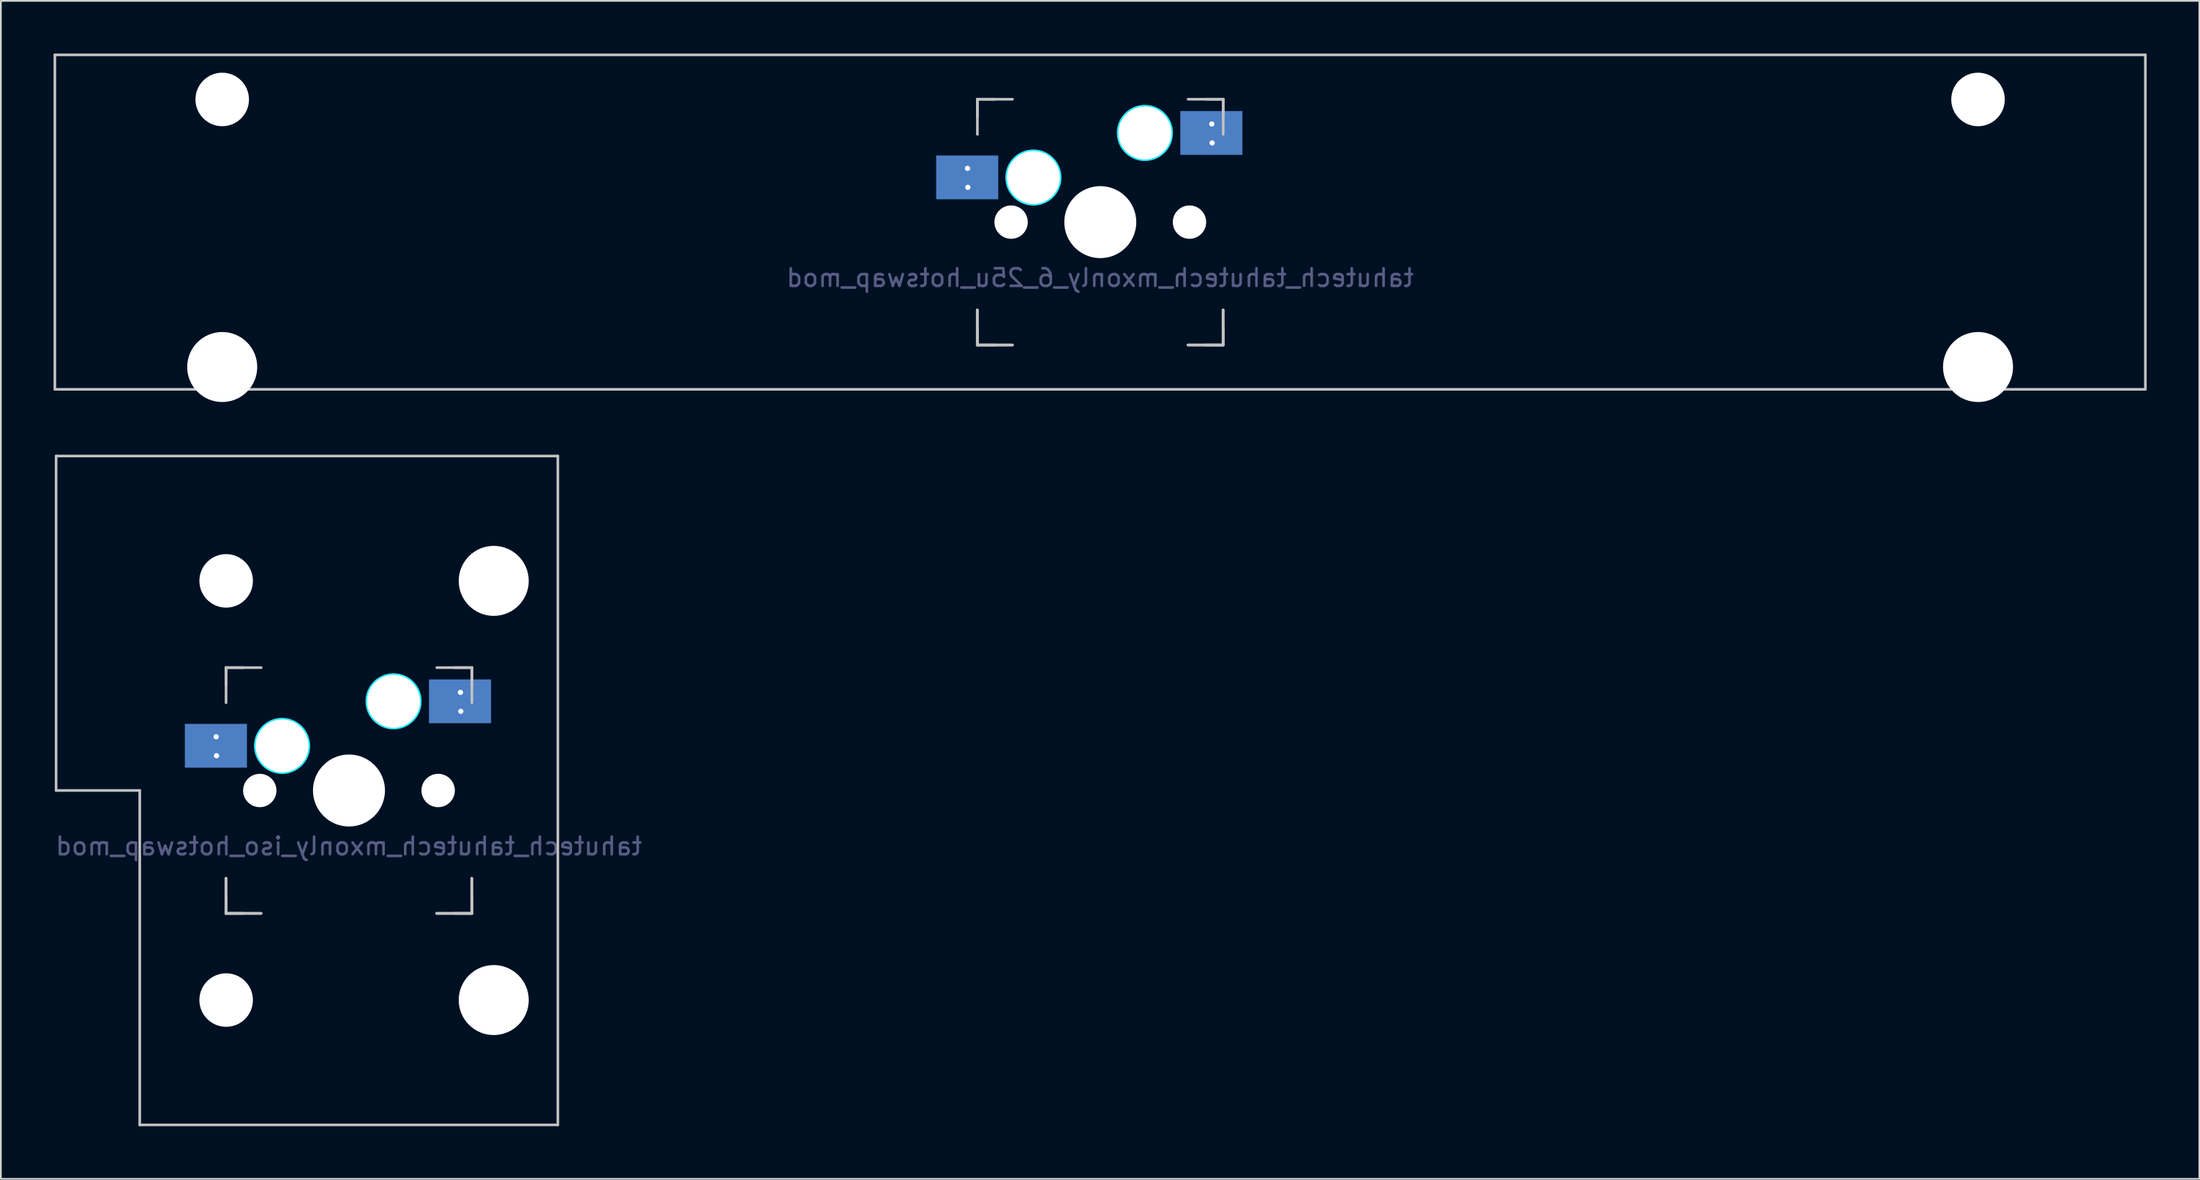
<source format=kicad_pcb>
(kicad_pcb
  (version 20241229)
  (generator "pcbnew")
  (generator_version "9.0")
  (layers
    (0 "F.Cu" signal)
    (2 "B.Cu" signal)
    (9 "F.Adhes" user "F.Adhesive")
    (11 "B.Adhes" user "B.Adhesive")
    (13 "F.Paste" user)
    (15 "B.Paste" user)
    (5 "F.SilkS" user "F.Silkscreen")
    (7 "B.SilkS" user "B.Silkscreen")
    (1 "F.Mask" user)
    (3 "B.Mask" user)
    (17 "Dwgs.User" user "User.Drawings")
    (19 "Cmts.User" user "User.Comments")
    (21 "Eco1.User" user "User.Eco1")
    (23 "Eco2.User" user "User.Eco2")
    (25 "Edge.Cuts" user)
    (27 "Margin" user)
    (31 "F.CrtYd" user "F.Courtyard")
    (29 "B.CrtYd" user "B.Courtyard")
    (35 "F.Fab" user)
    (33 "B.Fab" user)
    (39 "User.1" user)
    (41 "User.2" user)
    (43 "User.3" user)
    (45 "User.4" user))
  (footprint "tahutech_tahutech_mxonly_6_25u_hotswap_mod"
    (layer "F.Cu")
    (at 59.606 9.6)
    (property "Reference" "tahutech_tahutech_mxonly_6_25u_hotswap_mod" (at 0 3.175 0) (layer "B.Fab") (effects (font (size 1 1) (thickness 0.15)) (justify mirror)))
    (attr smd)
    (fp_line (start -59.531 -9.525) (end 59.531 -9.525) (stroke (width 0.15) (type solid)) (layer "Dwgs.User"))
    (fp_line (start -59.531 9.525) (end -59.531 -9.525) (stroke (width 0.15) (type solid)) (layer "Dwgs.User"))
    (fp_line (start -7 5) (end -7 7) (stroke (width 0.15) (type solid)) (layer "Dwgs.User"))
    (fp_line (start -7 7) (end -5 7) (stroke (width 0.15) (type solid)) (layer "Dwgs.User"))
    (fp_line (start -6.99 -6.998) (end -6.99 -4.998) (stroke (width 0.15) (type solid)) (layer "Dwgs.User"))
    (fp_line (start -6.99 -6.998) (end -5.99 -6.998) (stroke (width 0.15) (type solid)) (layer "Dwgs.User"))
    (fp_line (start -6.99 -5.998) (end -6.99 -6.998) (stroke (width 0.15) (type solid)) (layer "Dwgs.User"))
    (fp_line (start -6.99 5.002) (end -6.99 7.002) (stroke (width 0.15) (type solid)) (layer "Dwgs.User"))
    (fp_line (start -6.99 6.002) (end -6.99 7.002) (stroke (width 0.15) (type solid)) (layer "Dwgs.User"))
    (fp_line (start -6.99 7.002) (end -5.99 7.002) (stroke (width 0.15) (type solid)) (layer "Dwgs.User"))
    (fp_line (start -6.99 7.002) (end -4.99 7.002) (stroke (width 0.15) (type solid)) (layer "Dwgs.User"))
    (fp_line (start -4.99 -6.998) (end -6.99 -6.998) (stroke (width 0.15) (type solid)) (layer "Dwgs.User"))
    (fp_line (start 5 7) (end 7 7) (stroke (width 0.15) (type solid)) (layer "Dwgs.User"))
    (fp_line (start 5.01 -6.998) (end 7.01 -6.998) (stroke (width 0.15) (type solid)) (layer "Dwgs.User"))
    (fp_line (start 5.01 7.002) (end 7.01 7.002) (stroke (width 0.15) (type solid)) (layer "Dwgs.User"))
    (fp_line (start 6.01 7.002) (end 7.01 7.002) (stroke (width 0.15) (type solid)) (layer "Dwgs.User"))
    (fp_line (start 7 7) (end 7 5) (stroke (width 0.15) (type solid)) (layer "Dwgs.User"))
    (fp_line (start 7.01 -6.998) (end 6.01 -6.998) (stroke (width 0.15) (type solid)) (layer "Dwgs.User"))
    (fp_line (start 7.01 -6.998) (end 7.01 -5.998) (stroke (width 0.15) (type solid)) (layer "Dwgs.User"))
    (fp_line (start 7.01 -6.998) (end 7.01 -4.998) (stroke (width 0.15) (type solid)) (layer "Dwgs.User"))
    (fp_line (start 7.01 7.002) (end 7.01 5.002) (stroke (width 0.15) (type solid)) (layer "Dwgs.User"))
    (fp_line (start 7.01 7.002) (end 7.01 6.002) (stroke (width 0.15) (type solid)) (layer "Dwgs.User"))
    (fp_line (start 59.531 -9.525) (end 59.531 9.525) (stroke (width 0.15) (type solid)) (layer "Dwgs.User"))
    (fp_line (start 59.531 9.525) (end -59.531 9.525) (stroke (width 0.15) (type solid)) (layer "Dwgs.User"))
    (fp_circle (center -3.8 -2.538) (end -3.8 -4.062) (stroke (width 0.15) (type solid)) (fill no) (layer "B.CrtYd"))
    (fp_circle (center 2.55 -5.078) (end 2.55 -6.602) (stroke (width 0.15) (type solid)) (fill no) (layer "B.CrtYd"))
    (pad "" np_thru_hole circle (at -50 -6.985) (size 3.048 3.048) (drill 3.048) (layers "*.Cu" "*.Mask"))
    (pad "" np_thru_hole circle (at -50 8.255) (size 3.988 3.988) (drill 3.988) (layers "*.Cu" "*.Mask"))
    (pad "" np_thru_hole circle (at -5.07 0.002 48.1) (size 1.75 1.75) (drill 1.75) (layers "*.Cu" "*.Mask"))
    (pad "" np_thru_hole circle (at -5.07 0.002) (size 1.9 1.9) (drill 1.9) (layers "*.Cu" "*.Mask"))
    (pad "" np_thru_hole circle (at -3.8 -2.538) (size 3 3) (drill 3) (layers "*.Cu" "*.Mask"))
    (pad "" np_thru_hole circle (at -3.8 -2.538) (size 3 3) (drill 3) (layers "*.Cu" "*.Mask"))
    (pad "" np_thru_hole circle (at 0 0) (size 3.988 3.988) (drill 3.988) (layers "*.Cu" "*.Mask"))
    (pad "" np_thru_hole circle (at 0.01 0.002) (size 3.988 3.988) (drill 3.988) (layers "*.Cu" "*.Mask"))
    (pad "" np_thru_hole circle (at 0.01 0.002 90) (size 4.1 4.1) (drill 4.1) (layers "*.Cu" "*.Mask"))
    (pad "" np_thru_hole circle (at 2.55 -5.078) (size 3 3) (drill 3) (layers "*.Cu" "*.Mask"))
    (pad "" np_thru_hole circle (at 2.55 -5.078) (size 3 3) (drill 3) (layers "*.Cu" "*.Mask"))
    (pad "" np_thru_hole circle (at 5.09 0.002 48.1) (size 1.75 1.75) (drill 1.75) (layers "*.Cu" "*.Mask"))
    (pad "" np_thru_hole circle (at 5.09 0.002) (size 1.9 1.9) (drill 1.9) (layers "*.Cu" "*.Mask"))
    (pad "" np_thru_hole circle (at 50 -6.985) (size 3.048 3.048) (drill 3.048) (layers "*.Cu" "*.Mask"))
    (pad "" np_thru_hole circle (at 50 8.255) (size 3.988 3.988) (drill 3.988) (layers "*.Cu" "*.Mask"))
    (pad "1" smd rect (at -7.569 -2.546 180) (size 3.536 2.495) (layers "B.Cu" "B.Mask" "B.Paste"))
    (pad "1" thru_hole circle (at -7.553 -3.059) (size 0.6 0.6) (drill 0.3) (layers "*.Cu" "*.Mask"))
    (pad "1" thru_hole circle (at -7.533 -1.979) (size 0.6 0.6) (drill 0.3) (layers "*.Cu" "*.Mask"))
    (pad "2" smd rect (at 6.335 -5.078 180) (size 3.536 2.495) (layers "B.Cu" "B.Mask" "B.Paste"))
    (pad "2" thru_hole circle (at 6.36 -5.588) (size 0.6 0.6) (drill 0.3) (layers "*.Cu" "*.Mask"))
    (pad "2" thru_hole circle (at 6.38 -4.508) (size 0.6 0.6) (drill 0.3) (layers "*.Cu" "*.Mask")))
  (footprint "tahutech_tahutech_mxonly_iso_hotswap_mod"
    (layer "F.Cu")
    (at 16.815 41.974)
    (property "Reference" "tahutech_tahutech_mxonly_iso_hotswap_mod" (at 0 3.175 0) (layer "B.Fab") (effects (font (size 1 1) (thickness 0.15)) (justify mirror)))
    (attr through_hole)
    (fp_line (start -16.669 -19.05) (end -16.669 0) (stroke (width 0.15) (type solid)) (layer "Dwgs.User"))
    (fp_line (start -16.669 -19.05) (end 11.906 -19.05) (stroke (width 0.15) (type solid)) (layer "Dwgs.User"))
    (fp_line (start -11.906 0) (end -16.669 0) (stroke (width 0.15) (type solid)) (layer "Dwgs.User"))
    (fp_line (start -11.906 19.05) (end -11.906 0) (stroke (width 0.15) (type solid)) (layer "Dwgs.User"))
    (fp_line (start -11.906 19.05) (end 11.906 19.05) (stroke (width 0.15) (type solid)) (layer "Dwgs.User"))
    (fp_line (start -7 5) (end -7 7) (stroke (width 0.15) (type solid)) (layer "Dwgs.User"))
    (fp_line (start -7 7) (end -5 7) (stroke (width 0.15) (type solid)) (layer "Dwgs.User"))
    (fp_line (start -6.99 -6.998) (end -6.99 -4.998) (stroke (width 0.15) (type solid)) (layer "Dwgs.User"))
    (fp_line (start -6.99 -6.998) (end -5.99 -6.998) (stroke (width 0.15) (type solid)) (layer "Dwgs.User"))
    (fp_line (start -6.99 -5.998) (end -6.99 -6.998) (stroke (width 0.15) (type solid)) (layer "Dwgs.User"))
    (fp_line (start -6.99 5.002) (end -6.99 7.002) (stroke (width 0.15) (type solid)) (layer "Dwgs.User"))
    (fp_line (start -6.99 6.002) (end -6.99 7.002) (stroke (width 0.15) (type solid)) (layer "Dwgs.User"))
    (fp_line (start -6.99 7.002) (end -5.99 7.002) (stroke (width 0.15) (type solid)) (layer "Dwgs.User"))
    (fp_line (start -6.99 7.002) (end -4.99 7.002) (stroke (width 0.15) (type solid)) (layer "Dwgs.User"))
    (fp_line (start -4.99 -6.998) (end -6.99 -6.998) (stroke (width 0.15) (type solid)) (layer "Dwgs.User"))
    (fp_line (start 5 7) (end 7 7) (stroke (width 0.15) (type solid)) (layer "Dwgs.User"))
    (fp_line (start 5.01 -6.998) (end 7.01 -6.998) (stroke (width 0.15) (type solid)) (layer "Dwgs.User"))
    (fp_line (start 5.01 7.002) (end 7.01 7.002) (stroke (width 0.15) (type solid)) (layer "Dwgs.User"))
    (fp_line (start 6.01 7.002) (end 7.01 7.002) (stroke (width 0.15) (type solid)) (layer "Dwgs.User"))
    (fp_line (start 7 7) (end 7 5) (stroke (width 0.15) (type solid)) (layer "Dwgs.User"))
    (fp_line (start 7.01 -6.998) (end 6.01 -6.998) (stroke (width 0.15) (type solid)) (layer "Dwgs.User"))
    (fp_line (start 7.01 -6.998) (end 7.01 -5.998) (stroke (width 0.15) (type solid)) (layer "Dwgs.User"))
    (fp_line (start 7.01 -6.998) (end 7.01 -4.998) (stroke (width 0.15) (type solid)) (layer "Dwgs.User"))
    (fp_line (start 7.01 7.002) (end 7.01 5.002) (stroke (width 0.15) (type solid)) (layer "Dwgs.User"))
    (fp_line (start 7.01 7.002) (end 7.01 6.002) (stroke (width 0.15) (type solid)) (layer "Dwgs.User"))
    (fp_line (start 11.906 -19.05) (end 11.906 19.05) (stroke (width 0.15) (type solid)) (layer "Dwgs.User"))
    (fp_circle (center -3.8 -2.538) (end -3.8 -4.062) (stroke (width 0.15) (type solid)) (fill no) (layer "B.CrtYd"))
    (fp_circle (center 2.55 -5.078) (end 2.55 -6.602) (stroke (width 0.15) (type solid)) (fill no) (layer "B.CrtYd"))
    (pad "" np_thru_hole circle (at -6.985 -11.938) (size 3.048 3.048) (drill 3.048) (layers "*.Cu" "*.Mask"))
    (pad "" np_thru_hole circle (at -6.985 11.938) (size 3.048 3.048) (drill 3.048) (layers "*.Cu" "*.Mask"))
    (pad "" np_thru_hole circle (at -5.07 0.002 48.1) (size 1.75 1.75) (drill 1.75) (layers "*.Cu" "*.Mask"))
    (pad "" np_thru_hole circle (at -5.07 0.002) (size 1.9 1.9) (drill 1.9) (layers "*.Cu" "*.Mask"))
    (pad "" np_thru_hole circle (at -3.8 -2.538) (size 3 3) (drill 3) (layers "*.Cu" "*.Mask"))
    (pad "" np_thru_hole circle (at -3.8 -2.538) (size 3 3) (drill 3) (layers "*.Cu" "*.Mask"))
    (pad "" np_thru_hole circle (at 0.01 0.002) (size 3.988 3.988) (drill 3.988) (layers "*.Cu" "*.Mask"))
    (pad "" np_thru_hole circle (at 0.01 0.002 90) (size 4.1 4.1) (drill 4.1) (layers "*.Cu" "*.Mask"))
    (pad "" np_thru_hole circle (at 2.55 -5.078) (size 3 3) (drill 3) (layers "*.Cu" "*.Mask"))
    (pad "" np_thru_hole circle (at 2.55 -5.078) (size 3 3) (drill 3) (layers "*.Cu" "*.Mask"))
    (pad "" np_thru_hole circle (at 5.09 0.002 48.1) (size 1.75 1.75) (drill 1.75) (layers "*.Cu" "*.Mask"))
    (pad "" np_thru_hole circle (at 5.09 0.002) (size 1.9 1.9) (drill 1.9) (layers "*.Cu" "*.Mask"))
    (pad "" np_thru_hole circle (at 8.255 -11.938) (size 3.988 3.988) (drill 3.988) (layers "*.Cu" "*.Mask"))
    (pad "" np_thru_hole circle (at 8.255 11.938) (size 3.988 3.988) (drill 3.988) (layers "*.Cu" "*.Mask"))
    (pad "1" smd rect (at -7.569 -2.546 180) (size 3.536 2.495) (layers "B.Cu" "B.Mask" "B.Paste"))
    (pad "1" thru_hole circle (at -7.553 -3.059) (size 0.6 0.6) (drill 0.3) (layers "*.Cu" "*.Mask"))
    (pad "1" thru_hole circle (at -7.533 -1.979) (size 0.6 0.6) (drill 0.3) (layers "*.Cu" "*.Mask"))
    (pad "2" smd rect (at 6.335 -5.078 180) (size 3.536 2.495) (layers "B.Cu" "B.Mask" "B.Paste"))
    (pad "2" thru_hole circle (at 6.36 -5.588) (size 0.6 0.6) (drill 0.3) (layers "*.Cu" "*.Mask"))
    (pad "2" thru_hole circle (at 6.38 -4.508) (size 0.6 0.6) (drill 0.3) (layers "*.Cu" "*.Mask")))
  (gr_rect
    (start -3 -3)
    (end 122.213 64.099)
    (stroke (width 0.1) (type default))
    (fill no)
    (layer "Edge.Cuts")))
</source>
